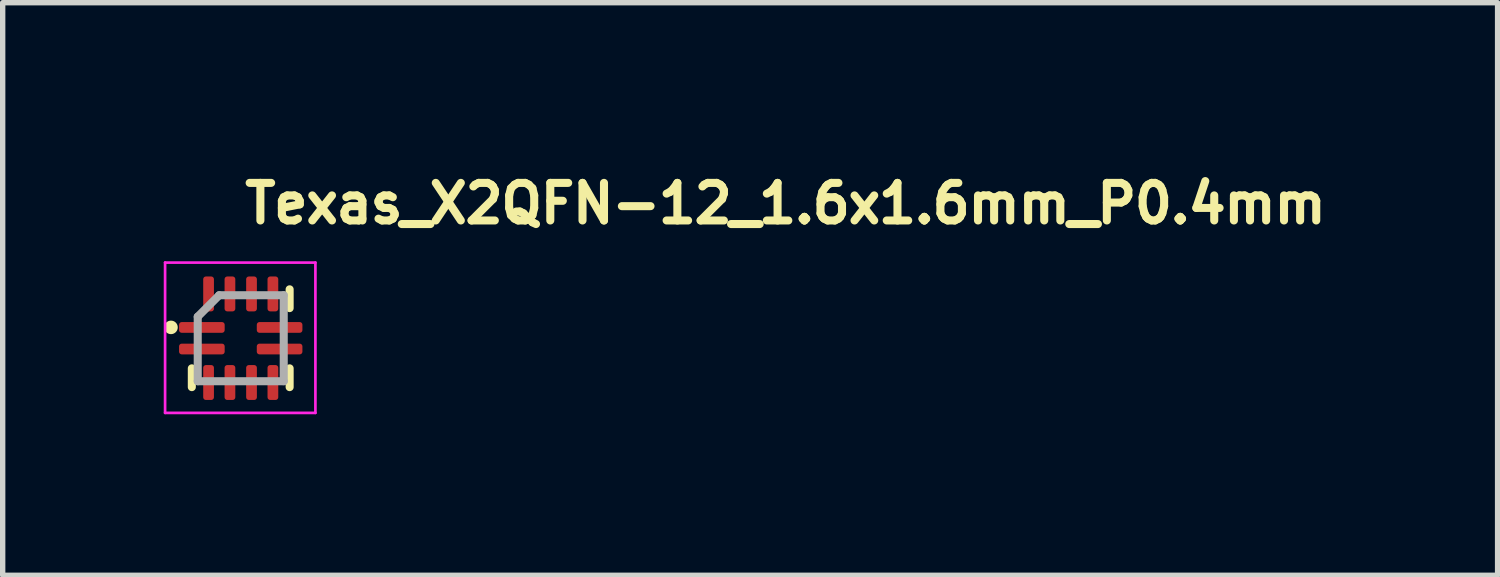
<source format=kicad_pcb>
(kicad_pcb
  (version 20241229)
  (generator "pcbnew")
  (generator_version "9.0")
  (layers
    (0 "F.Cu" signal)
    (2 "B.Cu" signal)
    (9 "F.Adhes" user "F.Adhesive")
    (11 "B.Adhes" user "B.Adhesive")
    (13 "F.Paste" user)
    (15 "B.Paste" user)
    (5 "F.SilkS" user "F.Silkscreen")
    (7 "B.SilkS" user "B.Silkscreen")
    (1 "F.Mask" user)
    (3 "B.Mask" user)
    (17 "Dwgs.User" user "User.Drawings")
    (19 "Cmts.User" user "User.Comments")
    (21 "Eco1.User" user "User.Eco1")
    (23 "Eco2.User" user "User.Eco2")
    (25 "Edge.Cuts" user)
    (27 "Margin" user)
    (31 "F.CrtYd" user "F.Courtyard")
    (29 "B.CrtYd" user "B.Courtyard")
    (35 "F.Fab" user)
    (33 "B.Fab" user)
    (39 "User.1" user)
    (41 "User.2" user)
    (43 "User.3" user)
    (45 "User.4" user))
  (footprint "Texas_X2QFN-12_1.6x1.6mm_P0.4mm"
    (layer "F.Cu")
    (at 1.435 3.251)
    (property "Reference" "Texas_X2QFN-12_1.6x1.6mm_P0.4mm" (at 0 -2.101 0) (layer "F.SilkS") (effects (font (size 0.7 0.7) (thickness 0.15)) (justify left bottom)))
    (attr smd)
    (fp_line (start -0.912 0.91) (end -0.912 0.56) (stroke (width 0.15) (type solid)) (layer "F.SilkS"))
    (fp_line (start 0.91 -0.912) (end 0.91 -0.562) (stroke (width 0.15) (type solid)) (layer "F.SilkS"))
    (fp_line (start 0.91 0.91) (end 0.91 0.56) (stroke (width 0.15) (type solid)) (layer "F.SilkS"))
    (fp_circle (center -1.3 -0.203) (end -1.249 -0.203) (stroke (width 0.15) (type solid)) (fill yes) (layer "F.SilkS"))
    (fp_line (start -1.41 -1.41) (end -1.41 1.39) (stroke (width 0.05) (type solid)) (layer "F.CrtYd"))
    (fp_line (start -1.41 1.39) (end 1.39 1.39) (stroke (width 0.05) (type solid)) (layer "F.CrtYd"))
    (fp_line (start 1.39 -1.41) (end -1.41 -1.41) (stroke (width 0.05) (type solid)) (layer "F.CrtYd"))
    (fp_line (start 1.39 1.39) (end 1.39 -1.41) (stroke (width 0.05) (type solid)) (layer "F.CrtYd"))
    (fp_line (start -0.802 -0.402) (end -0.402 -0.802) (stroke (width 0.15) (type solid)) (layer "F.Fab"))
    (fp_line (start -0.802 0.8) (end -0.802 -0.402) (stroke (width 0.15) (type solid)) (layer "F.Fab"))
    (fp_line (start -0.402 -0.802) (end 0.8 -0.802) (stroke (width 0.15) (type solid)) (layer "F.Fab"))
    (fp_line (start 0.8 -0.802) (end 0.8 0.8) (stroke (width 0.15) (type solid)) (layer "F.Fab"))
    (fp_line (start 0.8 0.8) (end -0.802 0.8) (stroke (width 0.15) (type solid)) (layer "F.Fab"))
    (pad "1" smd roundrect (at -0.725 -0.202) (size 0.85 0.2) (layers "F.Cu" "F.Mask" "F.Paste") (roundrect_rratio 0.25))
    (pad "2" smd roundrect (at -0.725 0.2) (size 0.85 0.2) (layers "F.Cu" "F.Mask" "F.Paste") (roundrect_rratio 0.25))
    (pad "3" smd roundrect (at -0.6 0.824) (size 0.2 0.65) (layers "F.Cu" "F.Mask" "F.Paste") (roundrect_rratio 0.25))
    (pad "4" smd roundrect (at -0.202 0.824) (size 0.2 0.65) (layers "F.Cu" "F.Mask" "F.Paste") (roundrect_rratio 0.25))
    (pad "5" smd roundrect (at 0.2 0.824) (size 0.2 0.65) (layers "F.Cu" "F.Mask" "F.Paste") (roundrect_rratio 0.25))
    (pad "6" smd roundrect (at 0.598 0.824) (size 0.2 0.65) (layers "F.Cu" "F.Mask" "F.Paste") (roundrect_rratio 0.25))
    (pad "7" smd roundrect (at 0.723 0.2) (size 0.85 0.2) (layers "F.Cu" "F.Mask" "F.Paste") (roundrect_rratio 0.25))
    (pad "8" smd roundrect (at 0.723 -0.202) (size 0.85 0.2) (layers "F.Cu" "F.Mask" "F.Paste") (roundrect_rratio 0.25))
    (pad "9" smd roundrect (at 0.598 -0.826) (size 0.2 0.65) (layers "F.Cu" "F.Mask" "F.Paste") (roundrect_rratio 0.25))
    (pad "10" smd roundrect (at 0.2 -0.826) (size 0.2 0.65) (layers "F.Cu" "F.Mask" "F.Paste") (roundrect_rratio 0.25))
    (pad "11" smd roundrect (at -0.202 -0.826) (size 0.2 0.65) (layers "F.Cu" "F.Mask" "F.Paste") (roundrect_rratio 0.25))
    (pad "12" smd roundrect (at -0.6 -0.826) (size 0.2 0.65) (layers "F.Cu" "F.Mask" "F.Paste") (roundrect_rratio 0.25)))
  (gr_rect
    (start -3 -3)
    (end 24.845 7.666)
    (stroke (width 0.1) (type default))
    (fill no)
    (layer "Edge.Cuts")))
</source>
